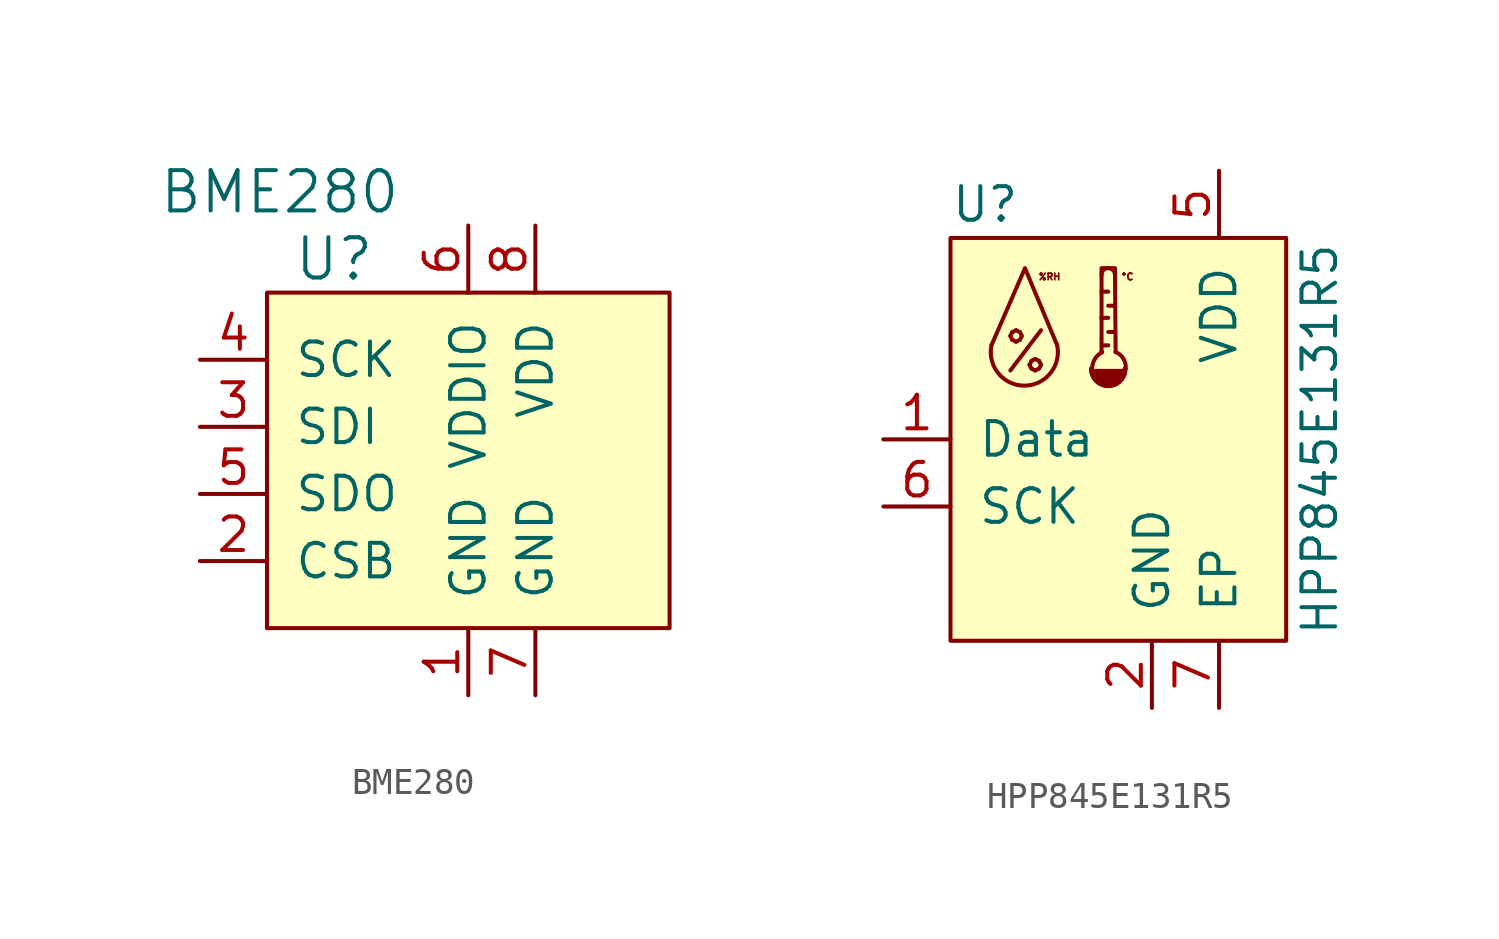
<source format=kicad_sym>
(kicad_symbol_lib
  (version 20201005)
  (generator kicad_symbol_editor)
  (symbol "BME280"
    (pin_names
      (offset 1.016))
    (property "Reference" "U"
      (at -5.08 8.89 0)
      (effects (font (size 1.524 1.524))))
    (property "Value" "BME280"
      (at -2.54 11.43 0)
      (effects (font (size 1.524 1.524)) (justify right)))
    (symbol "BME280_0_1"
      (rectangle (start 7.62 7.62) (end -7.62 -5.08) (stroke (width 0)) (fill (type background))))
    (symbol "BME280_1_1"
      (pin power_in line (at 0 -7.62 90) (length 2.54) (name "GND" (effects (font (size 1.27 1.27)))) (number "1" (effects (font (size 1.27 1.27)))))
      (pin input line (at -10.16 -2.54 0) (length 2.54) (name "CSB" (effects (font (size 1.27 1.27)))) (number "2" (effects (font (size 1.27 1.27)))))
      (pin bidirectional line (at -10.16 2.54 0) (length 2.54) (name "SDI" (effects (font (size 1.27 1.27)))) (number "3" (effects (font (size 1.27 1.27)))))
      (pin input line (at -10.16 5.08 0) (length 2.54) (name "SCK" (effects (font (size 1.27 1.27)))) (number "4" (effects (font (size 1.27 1.27)))))
      (pin bidirectional line (at -10.16 0 0) (length 2.54) (name "SDO" (effects (font (size 1.27 1.27)))) (number "5" (effects (font (size 1.27 1.27)))))
      (pin power_in line (at 0 10.16 270) (length 2.54) (name "VDDIO" (effects (font (size 1.27 1.27)))) (number "6" (effects (font (size 1.27 1.27)))))
      (pin power_in line (at 2.54 -7.62 90) (length 2.54) (name "GND" (effects (font (size 1.27 1.27)))) (number "7" (effects (font (size 1.27 1.27)))))
      (pin power_in line (at 2.54 10.16 270) (length 2.54) (name "VDD" (effects (font (size 1.27 1.27)))) (number "8" (effects (font (size 1.27 1.27)))))))
  (symbol "HPP845E131R5"
    (pin_names
      (offset 1.016))
    (property "Reference" "U"
      (at -10.16 13.97 0)
      (effects (font (size 1.27 1.27)) (justify left)))
    (property "Value" "HPP845E131R5"
      (at 3.81 5.08 90)
      (effects (font (size 1.27 1.27))))
    (symbol "HPP845E131R5_0_0"
      (arc (start -6.096 8.382) (end -6.1214 8.636) (radius (at -7.366 8.382) (length 1.27) (angles 0 11.8)) (stroke (width 0)) (fill (type none)))
      (arc (start -8.636 8.382) (end -8.6106 8.636) (radius (at -7.366 8.382) (length 1.27) (angles 180 168.2)) (stroke (width 0)) (fill (type none)))
      (arc (start -8.636 8.382) (end -6.096 8.382) (radius (at -7.366 8.382) (length 1.27) (angles -179.9 -0.1)) (stroke (width 0)) (fill (type none)))
      (arc (start -3.9116 8.382) (end -3.5306 7.747) (radius (at -4.191 7.747) (length 0.635) (angles 62.4 -4.2)) (stroke (width 0)) (fill (type none)))
      (arc (start -4.826 7.747) (end -3.556 7.747) (radius (at -4.191 7.747) (length 0.635) (angles -179.9 -0.1)) (stroke (width 0.1778)) (fill (type none)))
      (arc (start -4.826 7.747) (end -3.556 7.747) (radius (at -4.191 7.747) (length 0.635) (angles -179.9 -0.1)) (stroke (width 0.1778)) (fill (type outline)))
      (arc (start -3.937 11.303) (end -4.445 11.303) (radius (at -4.191 11.303) (length 0.254) (angles 0.1 179.9)) (stroke (width 0)) (fill (type none)))
      (arc (start -4.8006 7.747) (end -4.4196 8.382) (radius (at -4.1656 7.7724) (length 0.635) (angles -177.7 112.6)) (stroke (width 0)) (fill (type none)))
      (text "%" (at -7.315 8.382 0) (effects (font (size 1.524 1.524))))
      (text "%RH" (at -6.858 11.379 0) (effects (font (size 0.254 0.254)) (justify left top)))
      (text "°C" (at -3.734 11.379 0) (effects (font (size 0.254 0.254)) (justify left top)))
      (polyline (pts (xy -4.445 9.677) (xy -4.191 9.677)) (stroke (width 0)) (fill (type none)))
      (polyline (pts (xy -4.42 8.636) (xy -4.191 8.636)) (stroke (width 0)) (fill (type none)))
      (polyline (pts (xy -4.191 10.668) (xy -4.445 10.668)) (stroke (width 0)) (fill (type none)))
      (polyline (pts (xy -3.937 9.144) (xy -4.191 9.144)) (stroke (width 0)) (fill (type none)))
      (polyline (pts (xy -3.937 10.135) (xy -4.191 10.135)) (stroke (width 0)) (fill (type none)))
      (polyline (pts (xy -8.611 8.636) (xy -7.341 11.557) (xy -6.121 8.636)) (stroke (width 0)) (fill (type none)))
      (polyline (pts (xy -4.445 8.357) (xy -4.445 11.557) (xy -3.937 11.557) (xy -3.912 8.382)) (stroke (width 0)) (fill (type none))))
    (symbol "HPP845E131R5_0_1"
      (rectangle (start -10.16 12.7) (end 2.54 -2.54) (stroke (width 0)) (fill (type background))))
    (symbol "HPP845E131R5_1_1"
      (pin bidirectional line (at -12.7 5.08 0) (length 2.54) (name "Data" (effects (font (size 1.27 1.27)))) (number "1" (effects (font (size 1.27 1.27)))))
      (pin power_out line (at -2.54 -5.08 90) (length 2.54) (name "GND" (effects (font (size 1.27 1.27)))) (number "2" (effects (font (size 1.27 1.27)))))
      (pin no_connect line (at -5.08 -2.54 90) (length 0) hide (name "NC" (effects (font (size 1.27 1.27)))) (number "3" (effects (font (size 1.27 1.27)))))
      (pin no_connect line (at -7.62 -2.54 90) (length 0) hide (name "NC" (effects (font (size 1.27 1.27)))) (number "4" (effects (font (size 1.27 1.27)))))
      (pin power_in line (at 0 15.24 270) (length 2.54) (name "VDD" (effects (font (size 1.27 1.27)))) (number "5" (effects (font (size 1.27 1.27)))))
      (pin input line (at -12.7 2.54 0) (length 2.54) (name "SCK" (effects (font (size 1.27 1.27)))) (number "6" (effects (font (size 1.27 1.27)))))
      (pin power_out line (at 0 -5.08 90) (length 2.54) (name "EP" (effects (font (size 1.27 1.27)))) (number "7" (effects (font (size 1.27 1.27))))))))
</source>
